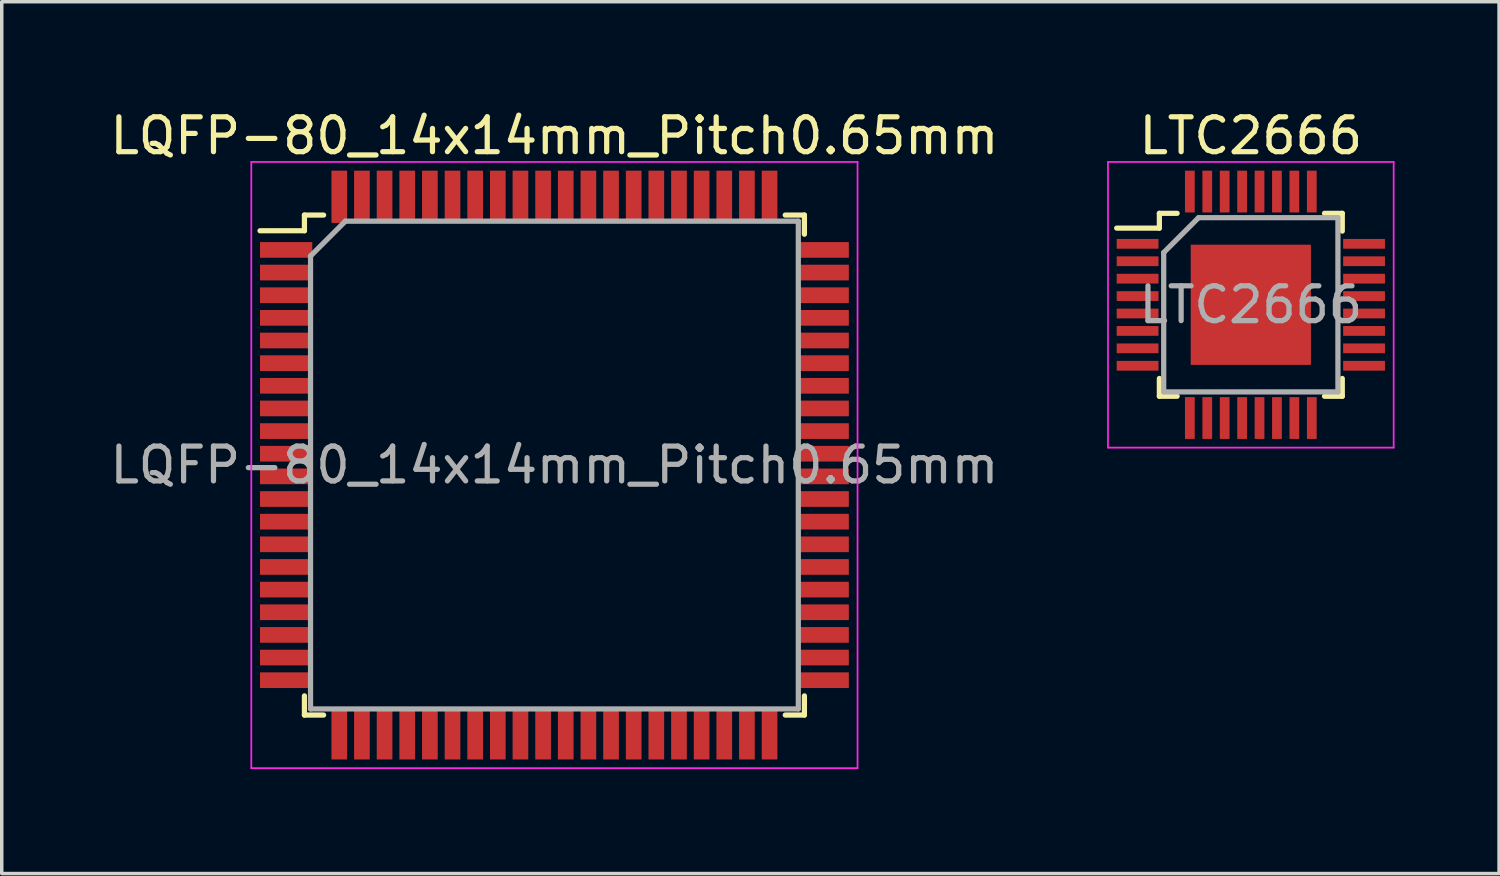
<source format=kicad_pcb>
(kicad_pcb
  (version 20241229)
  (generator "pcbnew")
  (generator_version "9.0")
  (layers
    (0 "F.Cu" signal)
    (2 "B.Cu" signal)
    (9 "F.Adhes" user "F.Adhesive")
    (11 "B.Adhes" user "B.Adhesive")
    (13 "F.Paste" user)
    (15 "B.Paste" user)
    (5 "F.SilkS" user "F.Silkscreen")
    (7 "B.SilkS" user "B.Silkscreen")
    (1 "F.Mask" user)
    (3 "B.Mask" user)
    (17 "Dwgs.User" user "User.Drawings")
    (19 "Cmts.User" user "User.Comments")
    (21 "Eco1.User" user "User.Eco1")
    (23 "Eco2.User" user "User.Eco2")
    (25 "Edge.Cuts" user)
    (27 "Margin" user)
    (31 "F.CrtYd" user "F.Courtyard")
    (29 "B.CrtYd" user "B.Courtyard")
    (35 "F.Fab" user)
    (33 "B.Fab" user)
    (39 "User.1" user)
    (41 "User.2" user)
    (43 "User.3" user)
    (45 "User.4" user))
  (footprint "LTC2666"
    (layer "F.Cu")
    (at 32.851 5.698)
    (property "Reference" "LTC2666" (at 0 -4.85 0) (layer "F.SilkS") (effects (font (size 1 1) (thickness 0.15))))
    (attr smd)
    (fp_line (start -2.625 -2.625) (end -2.625 -2.2) (stroke (width 0.15) (type solid)) (layer "F.SilkS"))
    (fp_line (start -2.625 -2.625) (end -2.115 -2.625) (stroke (width 0.15) (type solid)) (layer "F.SilkS"))
    (fp_line (start -2.625 -2.2) (end -3.85 -2.2) (stroke (width 0.15) (type solid)) (layer "F.SilkS"))
    (fp_line (start -2.625 2.625) (end -2.625 2.115) (stroke (width 0.15) (type solid)) (layer "F.SilkS"))
    (fp_line (start -2.625 2.625) (end -2.115 2.625) (stroke (width 0.15) (type solid)) (layer "F.SilkS"))
    (fp_line (start 2.625 -2.625) (end 2.115 -2.625) (stroke (width 0.15) (type solid)) (layer "F.SilkS"))
    (fp_line (start 2.625 -2.625) (end 2.625 -2.115) (stroke (width 0.15) (type solid)) (layer "F.SilkS"))
    (fp_line (start 2.625 2.625) (end 2.115 2.625) (stroke (width 0.15) (type solid)) (layer "F.SilkS"))
    (fp_line (start 2.625 2.625) (end 2.625 2.115) (stroke (width 0.15) (type solid)) (layer "F.SilkS"))
    (fp_line (start -4.1 -4.1) (end -4.1 4.1) (stroke (width 0.05) (type solid)) (layer "F.CrtYd"))
    (fp_line (start -4.1 -4.1) (end 4.1 -4.1) (stroke (width 0.05) (type solid)) (layer "F.CrtYd"))
    (fp_line (start -4.1 4.1) (end 4.1 4.1) (stroke (width 0.05) (type solid)) (layer "F.CrtYd"))
    (fp_line (start 4.1 -4.1) (end 4.1 4.1) (stroke (width 0.05) (type solid)) (layer "F.CrtYd"))
    (fp_line (start -2.5 -1.5) (end -1.5 -2.5) (stroke (width 0.15) (type solid)) (layer "F.Fab"))
    (fp_line (start -2.5 2.5) (end -2.5 -1.5) (stroke (width 0.15) (type solid)) (layer "F.Fab"))
    (fp_line (start -1.5 -2.5) (end 2.5 -2.5) (stroke (width 0.15) (type solid)) (layer "F.Fab"))
    (fp_line (start 2.5 -2.5) (end 2.5 2.5) (stroke (width 0.15) (type solid)) (layer "F.Fab"))
    (fp_line (start 2.5 2.5) (end -2.5 2.5) (stroke (width 0.15) (type solid)) (layer "F.Fab"))
    (fp_text user "${REFERENCE}" (at 0 0 0) (layer "F.Fab") (effects (font (size 1 1) (thickness 0.15))))
    (pad "1" smd rect (at -3.25 -1.75) (size 1.2 0.28) (layers "F.Cu" "F.Mask" "F.Paste"))
    (pad "2" smd rect (at -3.25 -1.25) (size 1.2 0.28) (layers "F.Cu" "F.Mask" "F.Paste"))
    (pad "3" smd rect (at -3.25 -0.75) (size 1.2 0.28) (layers "F.Cu" "F.Mask" "F.Paste"))
    (pad "4" smd rect (at -3.25 -0.25) (size 1.2 0.28) (layers "F.Cu" "F.Mask" "F.Paste"))
    (pad "5" smd rect (at -3.25 0.25) (size 1.2 0.28) (layers "F.Cu" "F.Mask" "F.Paste"))
    (pad "6" smd rect (at -3.25 0.75) (size 1.2 0.28) (layers "F.Cu" "F.Mask" "F.Paste"))
    (pad "7" smd rect (at -3.25 1.25) (size 1.2 0.28) (layers "F.Cu" "F.Mask" "F.Paste"))
    (pad "8" smd rect (at -3.25 1.75) (size 1.2 0.28) (layers "F.Cu" "F.Mask" "F.Paste"))
    (pad "8" smd rect (at 0 0) (size 3.45 3.45) (layers "F.Cu" "F.Mask" "F.Paste"))
    (pad "9" smd rect (at -1.75 3.25 90) (size 1.2 0.28) (layers "F.Cu" "F.Mask" "F.Paste"))
    (pad "10" smd rect (at -1.25 3.25 90) (size 1.2 0.28) (layers "F.Cu" "F.Mask" "F.Paste"))
    (pad "11" smd rect (at -0.75 3.25 90) (size 1.2 0.28) (layers "F.Cu" "F.Mask" "F.Paste"))
    (pad "12" smd rect (at -0.25 3.25 90) (size 1.2 0.28) (layers "F.Cu" "F.Mask" "F.Paste"))
    (pad "13" smd rect (at 0.25 3.25 90) (size 1.2 0.28) (layers "F.Cu" "F.Mask" "F.Paste"))
    (pad "14" smd rect (at 0.75 3.25 90) (size 1.2 0.28) (layers "F.Cu" "F.Mask" "F.Paste"))
    (pad "15" smd rect (at 1.25 3.25 90) (size 1.2 0.28) (layers "F.Cu" "F.Mask" "F.Paste"))
    (pad "16" smd rect (at 1.75 3.25 90) (size 1.2 0.28) (layers "F.Cu" "F.Mask" "F.Paste"))
    (pad "17" smd rect (at 3.25 1.75) (size 1.2 0.28) (layers "F.Cu" "F.Mask" "F.Paste"))
    (pad "18" smd rect (at 3.25 1.25) (size 1.2 0.28) (layers "F.Cu" "F.Mask" "F.Paste"))
    (pad "19" smd rect (at 3.25 0.75) (size 1.2 0.28) (layers "F.Cu" "F.Mask" "F.Paste"))
    (pad "20" smd rect (at 3.25 0.25) (size 1.2 0.28) (layers "F.Cu" "F.Mask" "F.Paste"))
    (pad "21" smd rect (at 3.25 -0.25) (size 1.2 0.28) (layers "F.Cu" "F.Mask" "F.Paste"))
    (pad "22" smd rect (at 3.25 -0.75) (size 1.2 0.28) (layers "F.Cu" "F.Mask" "F.Paste"))
    (pad "23" smd rect (at 3.25 -1.25) (size 1.2 0.28) (layers "F.Cu" "F.Mask" "F.Paste"))
    (pad "24" smd rect (at 3.25 -1.75) (size 1.2 0.28) (layers "F.Cu" "F.Mask" "F.Paste"))
    (pad "25" smd rect (at 1.75 -3.25 90) (size 1.2 0.28) (layers "F.Cu" "F.Mask" "F.Paste"))
    (pad "26" smd rect (at 1.25 -3.25 90) (size 1.2 0.28) (layers "F.Cu" "F.Mask" "F.Paste"))
    (pad "27" smd rect (at 0.75 -3.25 90) (size 1.2 0.28) (layers "F.Cu" "F.Mask" "F.Paste"))
    (pad "28" smd rect (at 0.25 -3.25 90) (size 1.2 0.28) (layers "F.Cu" "F.Mask" "F.Paste"))
    (pad "29" smd rect (at -0.25 -3.25 90) (size 1.2 0.28) (layers "F.Cu" "F.Mask" "F.Paste"))
    (pad "30" smd rect (at -0.75 -3.25 90) (size 1.2 0.28) (layers "F.Cu" "F.Mask" "F.Paste"))
    (pad "31" smd rect (at -1.25 -3.25 90) (size 1.2 0.28) (layers "F.Cu" "F.Mask" "F.Paste"))
    (pad "32" smd rect (at -1.75 -3.25 90) (size 1.2 0.28) (layers "F.Cu" "F.Mask" "F.Paste")))
  (footprint "LQFP-80_14x14mm_Pitch0.65mm"
    (layer "F.Cu")
    (at 12.863 10.298)
    (property "Reference" "LQFP-80_14x14mm_Pitch0.65mm" (at 0 -9.45 0) (layer "F.SilkS") (effects (font (size 1 1) (thickness 0.15))))
    (attr smd)
    (fp_line (start -7.175 -7.175) (end -7.175 -6.725) (stroke (width 0.15) (type solid)) (layer "F.SilkS"))
    (fp_line (start -7.175 -7.175) (end -6.625 -7.175) (stroke (width 0.15) (type solid)) (layer "F.SilkS"))
    (fp_line (start -7.175 -6.725) (end -8.45 -6.725) (stroke (width 0.15) (type solid)) (layer "F.SilkS"))
    (fp_line (start -7.175 7.175) (end -7.175 6.625) (stroke (width 0.15) (type solid)) (layer "F.SilkS"))
    (fp_line (start -7.175 7.175) (end -6.625 7.175) (stroke (width 0.15) (type solid)) (layer "F.SilkS"))
    (fp_line (start 7.175 -7.175) (end 6.625 -7.175) (stroke (width 0.15) (type solid)) (layer "F.SilkS"))
    (fp_line (start 7.175 -7.175) (end 7.175 -6.625) (stroke (width 0.15) (type solid)) (layer "F.SilkS"))
    (fp_line (start 7.175 7.175) (end 6.625 7.175) (stroke (width 0.15) (type solid)) (layer "F.SilkS"))
    (fp_line (start 7.175 7.175) (end 7.175 6.625) (stroke (width 0.15) (type solid)) (layer "F.SilkS"))
    (fp_line (start -8.7 -8.7) (end -8.7 8.7) (stroke (width 0.05) (type solid)) (layer "F.CrtYd"))
    (fp_line (start -8.7 -8.7) (end 8.7 -8.7) (stroke (width 0.05) (type solid)) (layer "F.CrtYd"))
    (fp_line (start -8.7 8.7) (end 8.7 8.7) (stroke (width 0.05) (type solid)) (layer "F.CrtYd"))
    (fp_line (start 8.7 -8.7) (end 8.7 8.7) (stroke (width 0.05) (type solid)) (layer "F.CrtYd"))
    (fp_line (start -7 -6) (end -6 -7) (stroke (width 0.15) (type solid)) (layer "F.Fab"))
    (fp_line (start -7 7) (end -7 -6) (stroke (width 0.15) (type solid)) (layer "F.Fab"))
    (fp_line (start -6 -7) (end 7 -7) (stroke (width 0.15) (type solid)) (layer "F.Fab"))
    (fp_line (start 7 -7) (end 7 7) (stroke (width 0.15) (type solid)) (layer "F.Fab"))
    (fp_line (start 7 7) (end -7 7) (stroke (width 0.15) (type solid)) (layer "F.Fab"))
    (fp_text user "${REFERENCE}" (at 0 0 0) (layer "F.Fab") (effects (font (size 1 1) (thickness 0.15))))
    (pad "1" smd rect (at -7.7 -6.175) (size 1.5 0.45) (layers "F.Cu" "F.Mask" "F.Paste"))
    (pad "2" smd rect (at -7.7 -5.525) (size 1.5 0.45) (layers "F.Cu" "F.Mask" "F.Paste"))
    (pad "3" smd rect (at -7.7 -4.875) (size 1.5 0.45) (layers "F.Cu" "F.Mask" "F.Paste"))
    (pad "4" smd rect (at -7.7 -4.225) (size 1.5 0.45) (layers "F.Cu" "F.Mask" "F.Paste"))
    (pad "5" smd rect (at -7.7 -3.575) (size 1.5 0.45) (layers "F.Cu" "F.Mask" "F.Paste"))
    (pad "6" smd rect (at -7.7 -2.925) (size 1.5 0.45) (layers "F.Cu" "F.Mask" "F.Paste"))
    (pad "7" smd rect (at -7.7 -2.275) (size 1.5 0.45) (layers "F.Cu" "F.Mask" "F.Paste"))
    (pad "8" smd rect (at -7.7 -1.625) (size 1.5 0.45) (layers "F.Cu" "F.Mask" "F.Paste"))
    (pad "9" smd rect (at -7.7 -0.975) (size 1.5 0.45) (layers "F.Cu" "F.Mask" "F.Paste"))
    (pad "10" smd rect (at -7.7 -0.325) (size 1.5 0.45) (layers "F.Cu" "F.Mask" "F.Paste"))
    (pad "11" smd rect (at -7.7 0.325) (size 1.5 0.45) (layers "F.Cu" "F.Mask" "F.Paste"))
    (pad "12" smd rect (at -7.7 0.975) (size 1.5 0.45) (layers "F.Cu" "F.Mask" "F.Paste"))
    (pad "13" smd rect (at -7.7 1.625) (size 1.5 0.45) (layers "F.Cu" "F.Mask" "F.Paste"))
    (pad "14" smd rect (at -7.7 2.275) (size 1.5 0.45) (layers "F.Cu" "F.Mask" "F.Paste"))
    (pad "15" smd rect (at -7.7 2.925) (size 1.5 0.45) (layers "F.Cu" "F.Mask" "F.Paste"))
    (pad "16" smd rect (at -7.7 3.575) (size 1.5 0.45) (layers "F.Cu" "F.Mask" "F.Paste"))
    (pad "17" smd rect (at -7.7 4.225) (size 1.5 0.45) (layers "F.Cu" "F.Mask" "F.Paste"))
    (pad "18" smd rect (at -7.7 4.875) (size 1.5 0.45) (layers "F.Cu" "F.Mask" "F.Paste"))
    (pad "19" smd rect (at -7.7 5.525) (size 1.5 0.45) (layers "F.Cu" "F.Mask" "F.Paste"))
    (pad "20" smd rect (at -7.7 6.175) (size 1.5 0.45) (layers "F.Cu" "F.Mask" "F.Paste"))
    (pad "21" smd rect (at -6.175 7.7 90) (size 1.5 0.45) (layers "F.Cu" "F.Mask" "F.Paste"))
    (pad "22" smd rect (at -5.525 7.7 90) (size 1.5 0.45) (layers "F.Cu" "F.Mask" "F.Paste"))
    (pad "23" smd rect (at -4.875 7.7 90) (size 1.5 0.45) (layers "F.Cu" "F.Mask" "F.Paste"))
    (pad "24" smd rect (at -4.225 7.7 90) (size 1.5 0.45) (layers "F.Cu" "F.Mask" "F.Paste"))
    (pad "25" smd rect (at -3.575 7.7 90) (size 1.5 0.45) (layers "F.Cu" "F.Mask" "F.Paste"))
    (pad "26" smd rect (at -2.925 7.7 90) (size 1.5 0.45) (layers "F.Cu" "F.Mask" "F.Paste"))
    (pad "27" smd rect (at -2.275 7.7 90) (size 1.5 0.45) (layers "F.Cu" "F.Mask" "F.Paste"))
    (pad "28" smd rect (at -1.625 7.7 90) (size 1.5 0.45) (layers "F.Cu" "F.Mask" "F.Paste"))
    (pad "29" smd rect (at -0.975 7.7 90) (size 1.5 0.45) (layers "F.Cu" "F.Mask" "F.Paste"))
    (pad "30" smd rect (at -0.325 7.7 90) (size 1.5 0.45) (layers "F.Cu" "F.Mask" "F.Paste"))
    (pad "31" smd rect (at 0.325 7.7 90) (size 1.5 0.45) (layers "F.Cu" "F.Mask" "F.Paste"))
    (pad "32" smd rect (at 0.975 7.7 90) (size 1.5 0.45) (layers "F.Cu" "F.Mask" "F.Paste"))
    (pad "33" smd rect (at 1.625 7.7 90) (size 1.5 0.45) (layers "F.Cu" "F.Mask" "F.Paste"))
    (pad "34" smd rect (at 2.275 7.7 90) (size 1.5 0.45) (layers "F.Cu" "F.Mask" "F.Paste"))
    (pad "35" smd rect (at 2.925 7.7 90) (size 1.5 0.45) (layers "F.Cu" "F.Mask" "F.Paste"))
    (pad "36" smd rect (at 3.575 7.7 90) (size 1.5 0.45) (layers "F.Cu" "F.Mask" "F.Paste"))
    (pad "37" smd rect (at 4.225 7.7 90) (size 1.5 0.45) (layers "F.Cu" "F.Mask" "F.Paste"))
    (pad "38" smd rect (at 4.875 7.7 90) (size 1.5 0.45) (layers "F.Cu" "F.Mask" "F.Paste"))
    (pad "39" smd rect (at 5.525 7.7 90) (size 1.5 0.45) (layers "F.Cu" "F.Mask" "F.Paste"))
    (pad "40" smd rect (at 6.175 7.7 90) (size 1.5 0.45) (layers "F.Cu" "F.Mask" "F.Paste"))
    (pad "41" smd rect (at 7.7 6.175) (size 1.5 0.45) (layers "F.Cu" "F.Mask" "F.Paste"))
    (pad "42" smd rect (at 7.7 5.525) (size 1.5 0.45) (layers "F.Cu" "F.Mask" "F.Paste"))
    (pad "43" smd rect (at 7.7 4.875) (size 1.5 0.45) (layers "F.Cu" "F.Mask" "F.Paste"))
    (pad "44" smd rect (at 7.7 4.225) (size 1.5 0.45) (layers "F.Cu" "F.Mask" "F.Paste"))
    (pad "45" smd rect (at 7.7 3.575) (size 1.5 0.45) (layers "F.Cu" "F.Mask" "F.Paste"))
    (pad "46" smd rect (at 7.7 2.925) (size 1.5 0.45) (layers "F.Cu" "F.Mask" "F.Paste"))
    (pad "47" smd rect (at 7.7 2.275) (size 1.5 0.45) (layers "F.Cu" "F.Mask" "F.Paste"))
    (pad "48" smd rect (at 7.7 1.625) (size 1.5 0.45) (layers "F.Cu" "F.Mask" "F.Paste"))
    (pad "49" smd rect (at 7.7 0.975) (size 1.5 0.45) (layers "F.Cu" "F.Mask" "F.Paste"))
    (pad "50" smd rect (at 7.7 0.325) (size 1.5 0.45) (layers "F.Cu" "F.Mask" "F.Paste"))
    (pad "51" smd rect (at 7.7 -0.325) (size 1.5 0.45) (layers "F.Cu" "F.Mask" "F.Paste"))
    (pad "52" smd rect (at 7.7 -0.975) (size 1.5 0.45) (layers "F.Cu" "F.Mask" "F.Paste"))
    (pad "53" smd rect (at 7.7 -1.625) (size 1.5 0.45) (layers "F.Cu" "F.Mask" "F.Paste"))
    (pad "54" smd rect (at 7.7 -2.275) (size 1.5 0.45) (layers "F.Cu" "F.Mask" "F.Paste"))
    (pad "55" smd rect (at 7.7 -2.925) (size 1.5 0.45) (layers "F.Cu" "F.Mask" "F.Paste"))
    (pad "56" smd rect (at 7.7 -3.575) (size 1.5 0.45) (layers "F.Cu" "F.Mask" "F.Paste"))
    (pad "57" smd rect (at 7.7 -4.225) (size 1.5 0.45) (layers "F.Cu" "F.Mask" "F.Paste"))
    (pad "58" smd rect (at 7.7 -4.875) (size 1.5 0.45) (layers "F.Cu" "F.Mask" "F.Paste"))
    (pad "59" smd rect (at 7.7 -5.525) (size 1.5 0.45) (layers "F.Cu" "F.Mask" "F.Paste"))
    (pad "60" smd rect (at 7.7 -6.175) (size 1.5 0.45) (layers "F.Cu" "F.Mask" "F.Paste"))
    (pad "61" smd rect (at 6.175 -7.7 90) (size 1.5 0.45) (layers "F.Cu" "F.Mask" "F.Paste"))
    (pad "62" smd rect (at 5.525 -7.7 90) (size 1.5 0.45) (layers "F.Cu" "F.Mask" "F.Paste"))
    (pad "63" smd rect (at 4.875 -7.7 90) (size 1.5 0.45) (layers "F.Cu" "F.Mask" "F.Paste"))
    (pad "64" smd rect (at 4.225 -7.7 90) (size 1.5 0.45) (layers "F.Cu" "F.Mask" "F.Paste"))
    (pad "65" smd rect (at 3.575 -7.7 90) (size 1.5 0.45) (layers "F.Cu" "F.Mask" "F.Paste"))
    (pad "66" smd rect (at 2.925 -7.7 90) (size 1.5 0.45) (layers "F.Cu" "F.Mask" "F.Paste"))
    (pad "67" smd rect (at 2.275 -7.7 90) (size 1.5 0.45) (layers "F.Cu" "F.Mask" "F.Paste"))
    (pad "68" smd rect (at 1.625 -7.7 90) (size 1.5 0.45) (layers "F.Cu" "F.Mask" "F.Paste"))
    (pad "69" smd rect (at 0.975 -7.7 90) (size 1.5 0.45) (layers "F.Cu" "F.Mask" "F.Paste"))
    (pad "70" smd rect (at 0.325 -7.7 90) (size 1.5 0.45) (layers "F.Cu" "F.Mask" "F.Paste"))
    (pad "71" smd rect (at -0.325 -7.7 90) (size 1.5 0.45) (layers "F.Cu" "F.Mask" "F.Paste"))
    (pad "72" smd rect (at -0.975 -7.7 90) (size 1.5 0.45) (layers "F.Cu" "F.Mask" "F.Paste"))
    (pad "73" smd rect (at -1.625 -7.7 90) (size 1.5 0.45) (layers "F.Cu" "F.Mask" "F.Paste"))
    (pad "74" smd rect (at -2.275 -7.7 90) (size 1.5 0.45) (layers "F.Cu" "F.Mask" "F.Paste"))
    (pad "75" smd rect (at -2.925 -7.7 90) (size 1.5 0.45) (layers "F.Cu" "F.Mask" "F.Paste"))
    (pad "76" smd rect (at -3.575 -7.7 90) (size 1.5 0.45) (layers "F.Cu" "F.Mask" "F.Paste"))
    (pad "77" smd rect (at -4.225 -7.7 90) (size 1.5 0.45) (layers "F.Cu" "F.Mask" "F.Paste"))
    (pad "78" smd rect (at -4.875 -7.7 90) (size 1.5 0.45) (layers "F.Cu" "F.Mask" "F.Paste"))
    (pad "79" smd rect (at -5.525 -7.7 90) (size 1.5 0.45) (layers "F.Cu" "F.Mask" "F.Paste"))
    (pad "80" smd rect (at -6.175 -7.7 90) (size 1.5 0.45) (layers "F.Cu" "F.Mask" "F.Paste")))
  (gr_rect
    (start -3 -3)
    (end 39.976 22.023)
    (stroke (width 0.1) (type default))
    (fill no)
    (layer "Edge.Cuts")))
</source>
